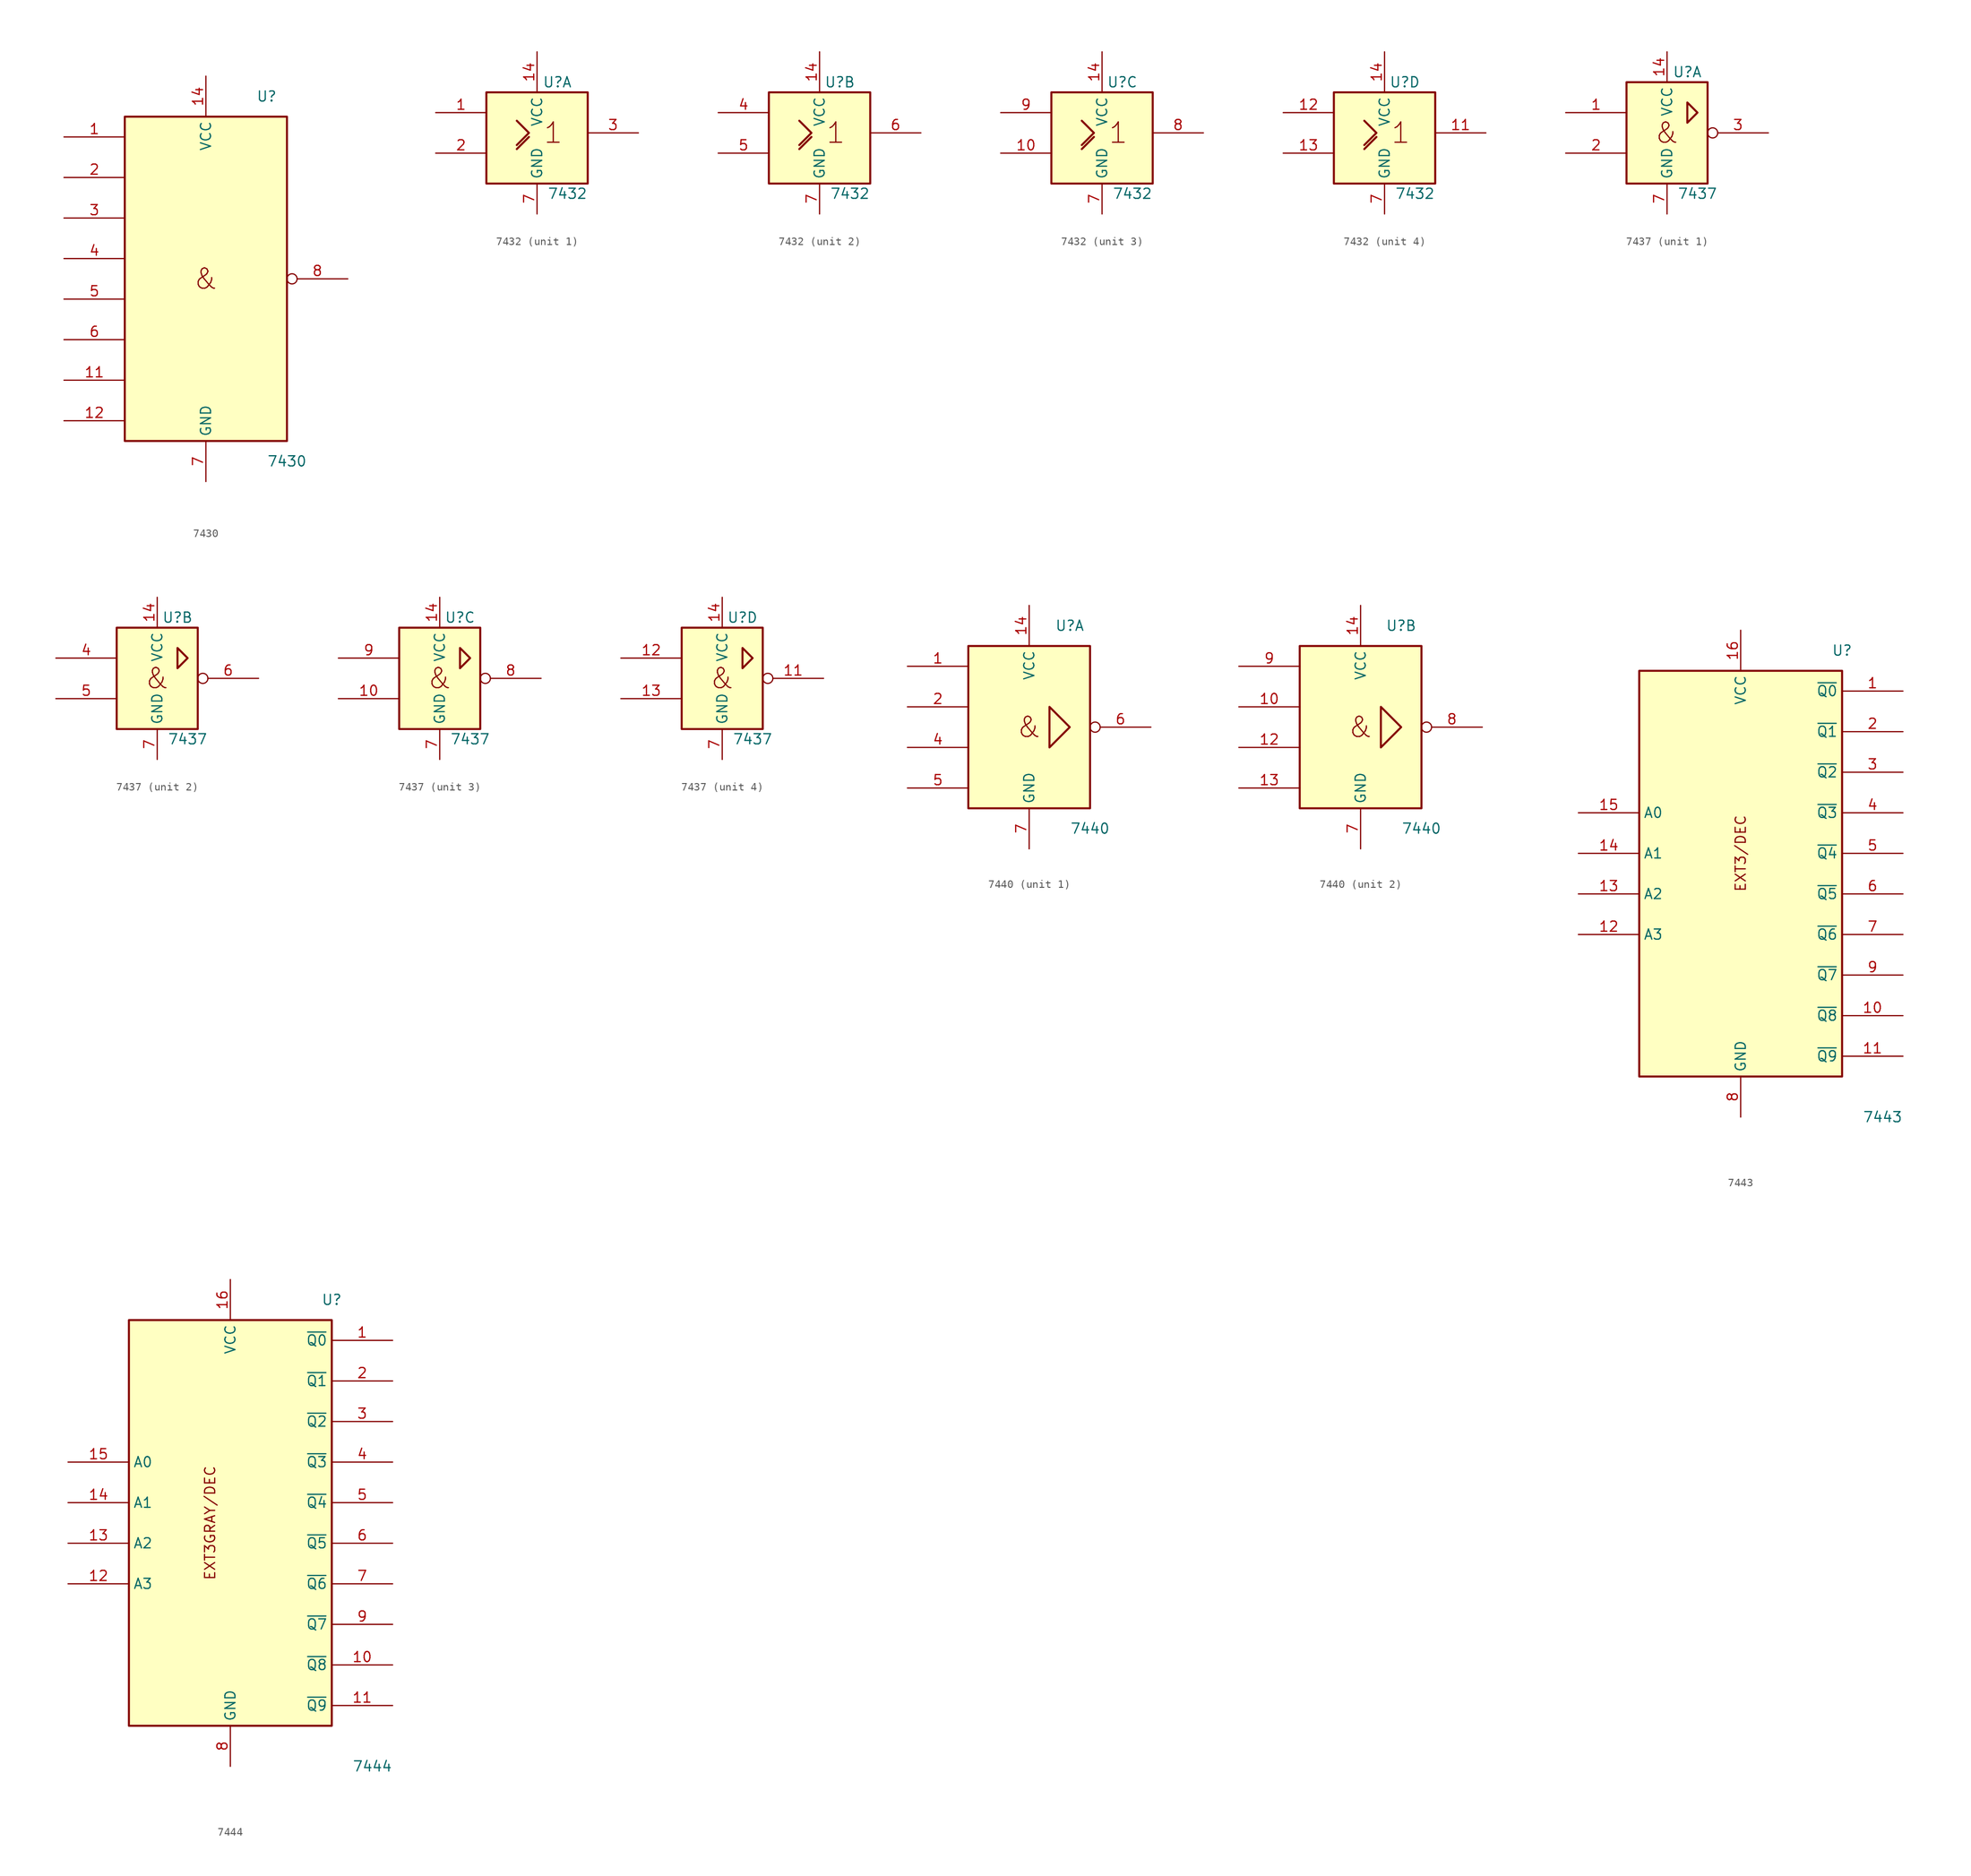
<source format=kicad_sym>
(kicad_symbol_lib
  (version 20241209)
  (generator "kicad_symbol_editor")
  (generator_version "9.0")
  (symbol "7430"
    (property "Reference" "U"
      (at 7.62 22.86 0)
      (effects (font (size 1.27 1.27))))
    (property "Value" "7430"
      (at 10.16 -22.86 0)
      (effects (font (size 1.27 1.27))))
    (symbol "7430_0_0"
      (text "&" (at 0 0 0) (effects (font (size 2.54 2.54)))))
    (symbol "7430_0_1"
      (rectangle (start -10.16 20.32) (end 10.16 -20.32) (stroke (width 0.254) (type default)) (fill (type background)))
      (pin power_in line (at 0 25.4 270) (length 5.08) (name "VCC" (effects (font (size 1.27 1.27)))) (number "14" (effects (font (size 1.27 1.27)))))
      (pin power_in line (at 0 -25.4 90) (length 5.08) (name "GND" (effects (font (size 1.27 1.27)))) (number "7" (effects (font (size 1.27 1.27))))))
    (symbol "7430_1_1"
      (pin input line (at -17.78 17.78 0) (length 7.62) (name "~" (effects (font (size 1.27 1.27)))) (number "1" (effects (font (size 1.27 1.27)))))
      (pin input line (at -17.78 12.7 0) (length 7.62) (name "~" (effects (font (size 1.27 1.27)))) (number "2" (effects (font (size 1.27 1.27)))))
      (pin input line (at -17.78 7.62 0) (length 7.62) (name "~" (effects (font (size 1.27 1.27)))) (number "3" (effects (font (size 1.27 1.27)))))
      (pin input line (at -17.78 2.54 0) (length 7.62) (name "~" (effects (font (size 1.27 1.27)))) (number "4" (effects (font (size 1.27 1.27)))))
      (pin input line (at -17.78 -2.54 0) (length 7.62) (name "~" (effects (font (size 1.27 1.27)))) (number "5" (effects (font (size 1.27 1.27)))))
      (pin input line (at -17.78 -7.62 0) (length 7.62) (name "~" (effects (font (size 1.27 1.27)))) (number "6" (effects (font (size 1.27 1.27)))))
      (pin input line (at -17.78 -12.7 0) (length 7.62) (name "~" (effects (font (size 1.27 1.27)))) (number "11" (effects (font (size 1.27 1.27)))))
      (pin input line (at -17.78 -17.78 0) (length 7.62) (name "~" (effects (font (size 1.27 1.27)))) (number "12" (effects (font (size 1.27 1.27)))))
      (pin output inverted (at 17.78 0 180) (length 7.62) (name "~" (effects (font (size 1.27 1.27)))) (number "8" (effects (font (size 1.27 1.27)))))))
  (symbol "7432"
    (property "Reference" "U"
      (at 2.54 6.35 0)
      (effects (font (size 1.27 1.27))))
    (property "Value" "7432"
      (at 3.81 -7.62 0)
      (effects (font (size 1.27 1.27))))
    (symbol "7432_0_1"
      (rectangle (start -6.35 5.08) (end 6.35 -6.35) (stroke (width 0.254) (type default)) (fill (type background)))
      (polyline (pts (xy -2.54 1.524) (xy -2.54 1.524) (xy -1.016 0) (xy -2.54 -1.524) (xy -2.54 -1.524)) (stroke (width 0.254) (type default)) (fill (type background)))
      (polyline (pts (xy -2.54 -2.032) (xy -1.016 -0.508) (xy -1.016 -0.508)) (stroke (width 0.254) (type default)) (fill (type background)))
      (text "1" (at 2.032 0 0) (effects (font (size 2.54 2.54))))
      (pin power_in line (at 0 10.16 270) (length 5.08) (name "VCC" (effects (font (size 1.27 1.27)))) (number "14" (effects (font (size 1.27 1.27)))))
      (pin power_in line (at 0 -10.16 90) (length 3.81) (name "GND" (effects (font (size 1.27 1.27)))) (number "7" (effects (font (size 1.27 1.27))))))
    (symbol "7432_1_1"
      (pin input line (at -12.7 2.54 0) (length 6.35) (name "~" (effects (font (size 1.27 1.27)))) (number "1" (effects (font (size 1.27 1.27)))))
      (pin input line (at -12.7 -2.54 0) (length 6.35) (name "~" (effects (font (size 1.27 1.27)))) (number "2" (effects (font (size 1.27 1.27)))))
      (pin output line (at 12.7 0 180) (length 6.35) (name "~" (effects (font (size 1.27 1.27)))) (number "3" (effects (font (size 1.27 1.27))))))
    (symbol "7432_2_1"
      (pin input line (at -12.7 2.54 0) (length 6.35) (name "~" (effects (font (size 1.27 1.27)))) (number "4" (effects (font (size 1.27 1.27)))))
      (pin input line (at -12.7 -2.54 0) (length 6.35) (name "~" (effects (font (size 1.27 1.27)))) (number "5" (effects (font (size 1.27 1.27)))))
      (pin output line (at 12.7 0 180) (length 6.35) (name "~" (effects (font (size 1.27 1.27)))) (number "6" (effects (font (size 1.27 1.27))))))
    (symbol "7432_3_1"
      (pin input line (at -12.7 2.54 0) (length 6.35) (name "~" (effects (font (size 1.27 1.27)))) (number "9" (effects (font (size 1.27 1.27)))))
      (pin input line (at -12.7 -2.54 0) (length 6.35) (name "~" (effects (font (size 1.27 1.27)))) (number "10" (effects (font (size 1.27 1.27)))))
      (pin output line (at 12.7 0 180) (length 6.35) (name "~" (effects (font (size 1.27 1.27)))) (number "8" (effects (font (size 1.27 1.27))))))
    (symbol "7432_4_1"
      (pin input line (at -12.7 2.54 0) (length 6.35) (name "~" (effects (font (size 1.27 1.27)))) (number "12" (effects (font (size 1.27 1.27)))))
      (pin input line (at -12.7 -2.54 0) (length 6.35) (name "~" (effects (font (size 1.27 1.27)))) (number "13" (effects (font (size 1.27 1.27)))))
      (pin output line (at 12.7 0 180) (length 6.35) (name "~" (effects (font (size 1.27 1.27)))) (number "11" (effects (font (size 1.27 1.27)))))))
  (symbol "7437"
    (property "Reference" "U"
      (at 2.54 7.62 0)
      (effects (font (size 1.27 1.27))))
    (property "Value" "7437"
      (at 3.81 -7.62 0)
      (effects (font (size 1.27 1.27))))
    (symbol "7437_0_0"
      (polyline (pts (xy 2.54 3.81) (xy 2.54 1.27) (xy 3.81 2.54) (xy 2.54 3.81) (xy 2.54 3.81)) (stroke (width 0.254) (type default)) (fill (type background)))
      (text "&" (at 0 0 0) (effects (font (size 2.54 2.54))))
      (pin power_in line (at 0 -10.16 90) (length 3.81) (name "GND" (effects (font (size 1.27 1.27)))) (number "7" (effects (font (size 1.27 1.27))))))
    (symbol "7437_0_1"
      (rectangle (start -5.08 6.35) (end 5.08 -6.35) (stroke (width 0.254) (type default)) (fill (type background)))
      (pin power_in line (at 0 10.16 270) (length 3.81) (name "VCC" (effects (font (size 1.27 1.27)))) (number "14" (effects (font (size 1.27 1.27))))))
    (symbol "7437_1_1"
      (pin input line (at -12.7 2.54 0) (length 7.62) (name "~" (effects (font (size 1.27 1.27)))) (number "1" (effects (font (size 1.27 1.27)))))
      (pin input line (at -12.7 -2.54 0) (length 7.62) (name "~" (effects (font (size 1.27 1.27)))) (number "2" (effects (font (size 1.27 1.27)))))
      (pin output inverted (at 12.7 0 180) (length 7.62) (name "~" (effects (font (size 1.27 1.27)))) (number "3" (effects (font (size 1.27 1.27))))))
    (symbol "7437_2_1"
      (pin input line (at -12.7 2.54 0) (length 7.62) (name "~" (effects (font (size 1.27 1.27)))) (number "4" (effects (font (size 1.27 1.27)))))
      (pin input line (at -12.7 -2.54 0) (length 7.62) (name "~" (effects (font (size 1.27 1.27)))) (number "5" (effects (font (size 1.27 1.27)))))
      (pin output inverted (at 12.7 0 180) (length 7.62) (name "~" (effects (font (size 1.27 1.27)))) (number "6" (effects (font (size 1.27 1.27))))))
    (symbol "7437_3_1"
      (pin input line (at -12.7 2.54 0) (length 7.62) (name "~" (effects (font (size 1.27 1.27)))) (number "9" (effects (font (size 1.27 1.27)))))
      (pin input line (at -12.7 -2.54 0) (length 7.62) (name "~" (effects (font (size 1.27 1.27)))) (number "10" (effects (font (size 1.27 1.27)))))
      (pin output inverted (at 12.7 0 180) (length 7.62) (name "~" (effects (font (size 1.27 1.27)))) (number "8" (effects (font (size 1.27 1.27))))))
    (symbol "7437_4_1"
      (pin input line (at -12.7 2.54 0) (length 7.62) (name "~" (effects (font (size 1.27 1.27)))) (number "12" (effects (font (size 1.27 1.27)))))
      (pin input line (at -12.7 -2.54 0) (length 7.62) (name "~" (effects (font (size 1.27 1.27)))) (number "13" (effects (font (size 1.27 1.27)))))
      (pin output inverted (at 12.7 0 180) (length 7.62) (name "~" (effects (font (size 1.27 1.27)))) (number "11" (effects (font (size 1.27 1.27)))))))
  (symbol "7440"
    (property "Reference" "U"
      (at 5.08 12.7 0)
      (effects (font (size 1.27 1.27))))
    (property "Value" "7440"
      (at 7.62 -12.7 0)
      (effects (font (size 1.27 1.27))))
    (symbol "7440_0_0"
      (text "&" (at 0 0 0) (effects (font (size 2.54 2.54)))))
    (symbol "7440_0_1"
      (rectangle (start -7.62 10.16) (end 7.62 -10.16) (stroke (width 0.254) (type default)) (fill (type background)))
      (polyline (pts (xy 2.54 2.54) (xy 2.54 -2.54) (xy 5.08 0) (xy 2.54 2.54) (xy 2.54 2.54)) (stroke (width 0.254) (type default)) (fill (type background)))
      (pin power_in line (at 0 15.24 270) (length 5.08) (name "VCC" (effects (font (size 1.27 1.27)))) (number "14" (effects (font (size 1.27 1.27)))))
      (pin power_in line (at 0 -15.24 90) (length 5.08) (name "GND" (effects (font (size 1.27 1.27)))) (number "7" (effects (font (size 1.27 1.27))))))
    (symbol "7440_1_1"
      (pin input line (at -15.24 7.62 0) (length 7.62) (name "~" (effects (font (size 1.27 1.27)))) (number "1" (effects (font (size 1.27 1.27)))))
      (pin input line (at -15.24 2.54 0) (length 7.62) (name "~" (effects (font (size 1.27 1.27)))) (number "2" (effects (font (size 1.27 1.27)))))
      (pin input line (at -15.24 -2.54 0) (length 7.62) (name "~" (effects (font (size 1.27 1.27)))) (number "4" (effects (font (size 1.27 1.27)))))
      (pin input line (at -15.24 -7.62 0) (length 7.62) (name "~" (effects (font (size 1.27 1.27)))) (number "5" (effects (font (size 1.27 1.27)))))
      (pin output inverted (at 15.24 0 180) (length 7.62) (name "~" (effects (font (size 1.27 1.27)))) (number "6" (effects (font (size 1.27 1.27))))))
    (symbol "7440_2_1"
      (pin input line (at -15.24 7.62 0) (length 7.62) (name "~" (effects (font (size 1.27 1.27)))) (number "9" (effects (font (size 1.27 1.27)))))
      (pin input line (at -15.24 2.54 0) (length 7.62) (name "~" (effects (font (size 1.27 1.27)))) (number "10" (effects (font (size 1.27 1.27)))))
      (pin input line (at -15.24 -2.54 0) (length 7.62) (name "~" (effects (font (size 1.27 1.27)))) (number "12" (effects (font (size 1.27 1.27)))))
      (pin input line (at -15.24 -7.62 0) (length 7.62) (name "~" (effects (font (size 1.27 1.27)))) (number "13" (effects (font (size 1.27 1.27)))))
      (pin output inverted (at 15.24 0 180) (length 7.62) (name "~" (effects (font (size 1.27 1.27)))) (number "8" (effects (font (size 1.27 1.27)))))))
  (symbol "7443"
    (property "Reference" "U"
      (at 12.7 27.94 0)
      (effects (font (size 1.27 1.27))))
    (property "Value" "7443"
      (at 17.78 -30.48 0)
      (effects (font (size 1.27 1.27))))
    (symbol "7443_0_0"
      (rectangle (start -12.7 25.4) (end 12.7 -25.4) (stroke (width 0.254) (type default)) (fill (type background)))
      (text "EXT3/DEC" (at 0 2.54 900) (effects (font (size 1.27 1.27))))
      (pin power_in line (at 0 30.48 270) (length 5.08) (name "VCC" (effects (font (size 1.27 1.27)))) (number "16" (effects (font (size 1.27 1.27)))))
      (pin power_in line (at 0 -30.48 90) (length 5.08) (name "GND" (effects (font (size 1.27 1.27)))) (number "8" (effects (font (size 1.27 1.27))))))
    (symbol "7443_1_1"
      (pin input line (at -20.32 7.62 0) (length 7.62) (name "A0" (effects (font (size 1.27 1.27)))) (number "15" (effects (font (size 1.27 1.27)))))
      (pin input line (at -20.32 2.54 0) (length 7.62) (name "A1" (effects (font (size 1.27 1.27)))) (number "14" (effects (font (size 1.27 1.27)))))
      (pin input line (at -20.32 -2.54 0) (length 7.62) (name "A2" (effects (font (size 1.27 1.27)))) (number "13" (effects (font (size 1.27 1.27)))))
      (pin input line (at -20.32 -7.62 0) (length 7.62) (name "A3" (effects (font (size 1.27 1.27)))) (number "12" (effects (font (size 1.27 1.27)))))
      (pin output line (at 20.32 22.86 180) (length 7.62) (name "~{Q0}" (effects (font (size 1.27 1.27)))) (number "1" (effects (font (size 1.27 1.27)))))
      (pin output line (at 20.32 17.78 180) (length 7.62) (name "~{Q1}" (effects (font (size 1.27 1.27)))) (number "2" (effects (font (size 1.27 1.27)))))
      (pin output line (at 20.32 12.7 180) (length 7.62) (name "~{Q2}" (effects (font (size 1.27 1.27)))) (number "3" (effects (font (size 1.27 1.27)))))
      (pin output line (at 20.32 7.62 180) (length 7.62) (name "~{Q3}" (effects (font (size 1.27 1.27)))) (number "4" (effects (font (size 1.27 1.27)))))
      (pin output line (at 20.32 2.54 180) (length 7.62) (name "~{Q4}" (effects (font (size 1.27 1.27)))) (number "5" (effects (font (size 1.27 1.27)))))
      (pin output line (at 20.32 -2.54 180) (length 7.62) (name "~{Q5}" (effects (font (size 1.27 1.27)))) (number "6" (effects (font (size 1.27 1.27)))))
      (pin output line (at 20.32 -7.62 180) (length 7.62) (name "~{Q6}" (effects (font (size 1.27 1.27)))) (number "7" (effects (font (size 1.27 1.27)))))
      (pin output line (at 20.32 -12.7 180) (length 7.62) (name "~{Q7}" (effects (font (size 1.27 1.27)))) (number "9" (effects (font (size 1.27 1.27)))))
      (pin output line (at 20.32 -17.78 180) (length 7.62) (name "~{Q8}" (effects (font (size 1.27 1.27)))) (number "10" (effects (font (size 1.27 1.27)))))
      (pin output line (at 20.32 -22.86 180) (length 7.62) (name "~{Q9}" (effects (font (size 1.27 1.27)))) (number "11" (effects (font (size 1.27 1.27)))))))
  (symbol "7444"
    (property "Reference" "U"
      (at 12.7 27.94 0)
      (effects (font (size 1.27 1.27))))
    (property "Value" "7444"
      (at 17.78 -30.48 0)
      (effects (font (size 1.27 1.27))))
    (symbol "7444_0_0"
      (rectangle (start -12.7 25.4) (end 12.7 -25.4) (stroke (width 0.254) (type default)) (fill (type background)))
      (text "EXT3GRAY/DEC" (at -2.54 0 900) (effects (font (size 1.27 1.27))))
      (pin power_in line (at 0 30.48 270) (length 5.08) (name "VCC" (effects (font (size 1.27 1.27)))) (number "16" (effects (font (size 1.27 1.27)))))
      (pin power_in line (at 0 -30.48 90) (length 5.08) (name "GND" (effects (font (size 1.27 1.27)))) (number "8" (effects (font (size 1.27 1.27))))))
    (symbol "7444_1_1"
      (pin input line (at -20.32 7.62 0) (length 7.62) (name "A0" (effects (font (size 1.27 1.27)))) (number "15" (effects (font (size 1.27 1.27)))))
      (pin input line (at -20.32 2.54 0) (length 7.62) (name "A1" (effects (font (size 1.27 1.27)))) (number "14" (effects (font (size 1.27 1.27)))))
      (pin input line (at -20.32 -2.54 0) (length 7.62) (name "A2" (effects (font (size 1.27 1.27)))) (number "13" (effects (font (size 1.27 1.27)))))
      (pin input line (at -20.32 -7.62 0) (length 7.62) (name "A3" (effects (font (size 1.27 1.27)))) (number "12" (effects (font (size 1.27 1.27)))))
      (pin output line (at 20.32 22.86 180) (length 7.62) (name "~{Q0}" (effects (font (size 1.27 1.27)))) (number "1" (effects (font (size 1.27 1.27)))))
      (pin output line (at 20.32 17.78 180) (length 7.62) (name "~{Q1}" (effects (font (size 1.27 1.27)))) (number "2" (effects (font (size 1.27 1.27)))))
      (pin output line (at 20.32 12.7 180) (length 7.62) (name "~{Q2}" (effects (font (size 1.27 1.27)))) (number "3" (effects (font (size 1.27 1.27)))))
      (pin output line (at 20.32 7.62 180) (length 7.62) (name "~{Q3}" (effects (font (size 1.27 1.27)))) (number "4" (effects (font (size 1.27 1.27)))))
      (pin output line (at 20.32 2.54 180) (length 7.62) (name "~{Q4}" (effects (font (size 1.27 1.27)))) (number "5" (effects (font (size 1.27 1.27)))))
      (pin output line (at 20.32 -2.54 180) (length 7.62) (name "~{Q5}" (effects (font (size 1.27 1.27)))) (number "6" (effects (font (size 1.27 1.27)))))
      (pin output line (at 20.32 -7.62 180) (length 7.62) (name "~{Q6}" (effects (font (size 1.27 1.27)))) (number "7" (effects (font (size 1.27 1.27)))))
      (pin output line (at 20.32 -12.7 180) (length 7.62) (name "~{Q7}" (effects (font (size 1.27 1.27)))) (number "9" (effects (font (size 1.27 1.27)))))
      (pin output line (at 20.32 -17.78 180) (length 7.62) (name "~{Q8}" (effects (font (size 1.27 1.27)))) (number "10" (effects (font (size 1.27 1.27)))))
      (pin output line (at 20.32 -22.86 180) (length 7.62) (name "~{Q9}" (effects (font (size 1.27 1.27)))) (number "11" (effects (font (size 1.27 1.27))))))))
</source>
